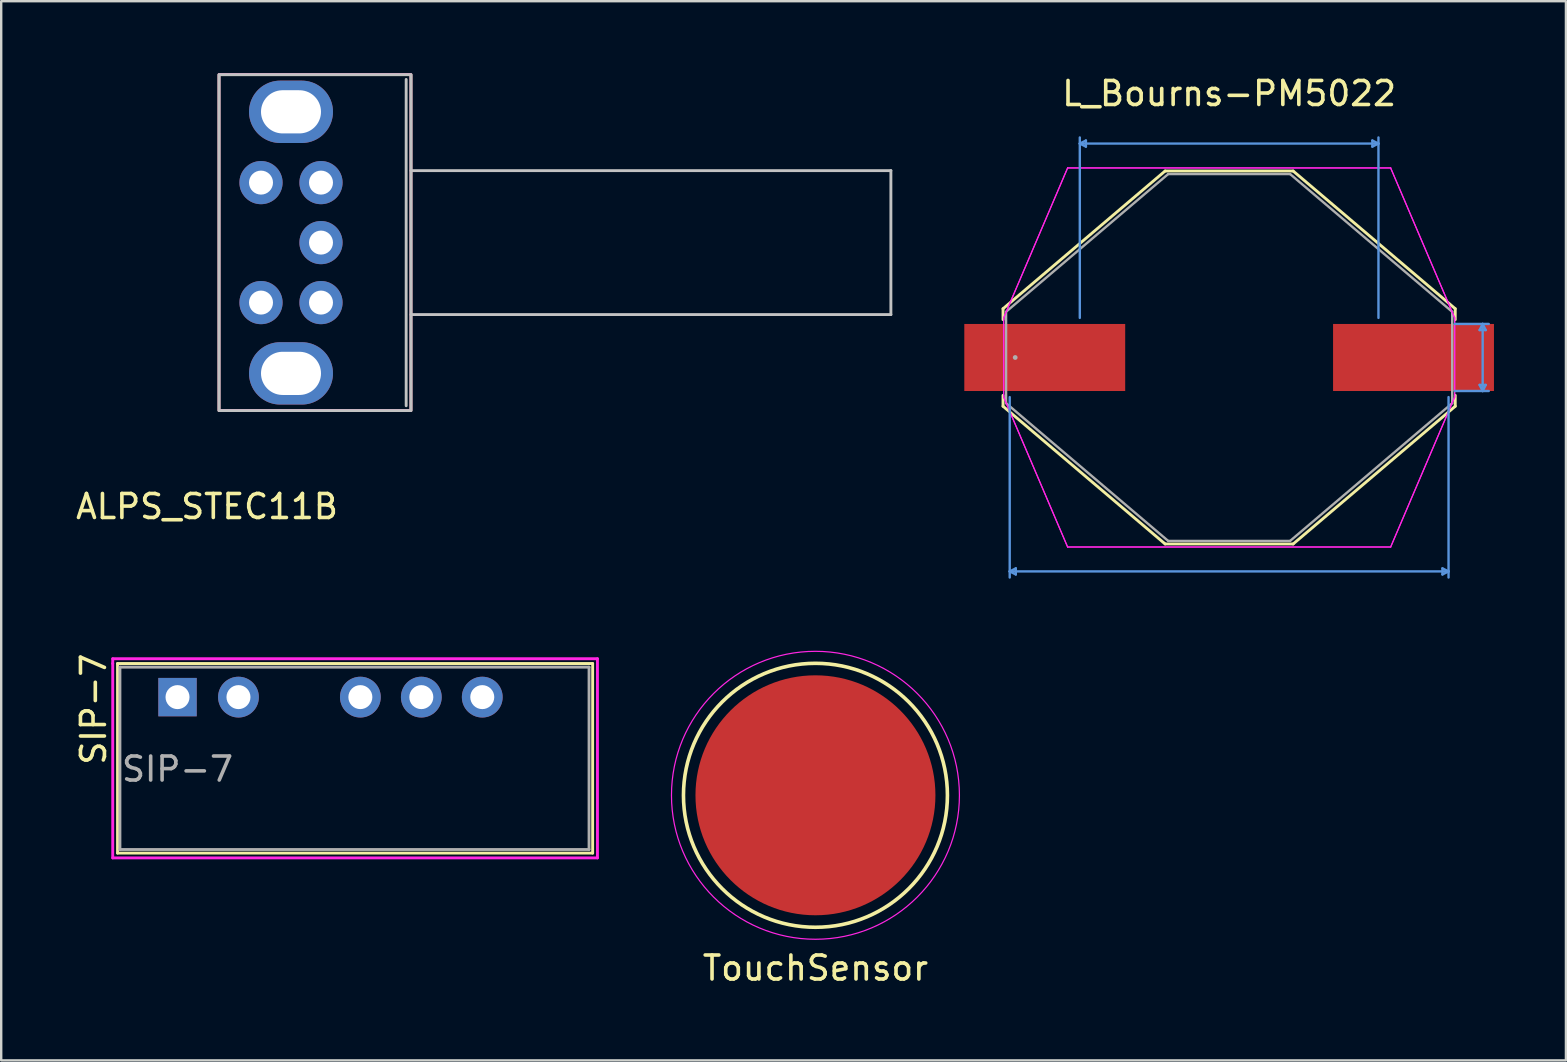
<source format=kicad_pcb>
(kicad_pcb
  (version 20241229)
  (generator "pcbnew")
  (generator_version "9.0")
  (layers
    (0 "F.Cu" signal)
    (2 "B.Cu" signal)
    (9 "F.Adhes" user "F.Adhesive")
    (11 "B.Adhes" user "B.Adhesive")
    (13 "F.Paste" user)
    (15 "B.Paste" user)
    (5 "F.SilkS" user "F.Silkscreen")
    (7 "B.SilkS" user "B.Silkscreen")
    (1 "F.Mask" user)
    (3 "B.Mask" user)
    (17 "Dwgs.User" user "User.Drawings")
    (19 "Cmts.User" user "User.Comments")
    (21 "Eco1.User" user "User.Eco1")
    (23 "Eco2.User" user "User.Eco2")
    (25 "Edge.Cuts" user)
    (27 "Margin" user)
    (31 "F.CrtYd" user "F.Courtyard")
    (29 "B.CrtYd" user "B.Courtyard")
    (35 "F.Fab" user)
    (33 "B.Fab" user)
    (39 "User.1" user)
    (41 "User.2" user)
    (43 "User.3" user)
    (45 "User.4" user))
  (footprint "SIP-7"
    (layer "F.Cu")
    (at 4.348 26.002)
    (property "Reference" "SIP-7" (at -3.5 0.5 270) (layer "F.SilkS") (effects (font (size 1 1) (thickness 0.15))))
    (attr through_hole)
    (fp_line (start -2.5 -1.4) (end 17.3 -1.4) (stroke (width 0.12) (type solid)) (layer "F.SilkS"))
    (fp_line (start -2.5 6.5) (end -2.5 -1.4) (stroke (width 0.12) (type solid)) (layer "F.SilkS"))
    (fp_line (start 17.3 -1.4) (end 17.3 6.5) (stroke (width 0.12) (type solid)) (layer "F.SilkS"))
    (fp_line (start 17.3 6.5) (end -2.5 6.5) (stroke (width 0.12) (type solid)) (layer "F.SilkS"))
    (fp_line (start -2.7 -1.6) (end 17.5 -1.6) (stroke (width 0.12) (type solid)) (layer "F.CrtYd"))
    (fp_line (start -2.7 -1.4) (end -2.7 -1.6) (stroke (width 0.12) (type solid)) (layer "F.CrtYd"))
    (fp_line (start -2.7 6.7) (end -2.7 -1.4) (stroke (width 0.12) (type solid)) (layer "F.CrtYd"))
    (fp_line (start 17.5 -1.6) (end 17.5 6.7) (stroke (width 0.12) (type solid)) (layer "F.CrtYd"))
    (fp_line (start 17.5 6.7) (end -2.7 6.7) (stroke (width 0.12) (type solid)) (layer "F.CrtYd"))
    (fp_line (start -2.4 -1.25) (end -2.4 6.35) (stroke (width 0.12) (type solid)) (layer "F.Fab"))
    (fp_line (start 17.15 -1.25) (end -2.4 -1.25) (stroke (width 0.12) (type solid)) (layer "F.Fab"))
    (fp_line (start 17.15 6.35) (end -2.4 6.35) (stroke (width 0.12) (type solid)) (layer "F.Fab"))
    (fp_line (start 17.15 6.35) (end 17.15 -1.25) (stroke (width 0.12) (type solid)) (layer "F.Fab"))
    (fp_text user "${REFERENCE}" (at 0 3 0) (layer "F.Fab") (effects (font (size 1 1) (thickness 0.15))))
    (pad "1" thru_hole rect (at 0 0) (size 1.6 1.6) (drill 1) (layers "*.Cu" "*.Mask"))
    (pad "2" thru_hole circle (at 2.54 0) (size 1.7 1.7) (drill 1) (layers "*.Cu" "*.Mask"))
    (pad "4" thru_hole circle (at 7.62 0) (size 1.7 1.7) (drill 1) (layers "*.Cu" "*.Mask"))
    (pad "5" thru_hole circle (at 10.16 0) (size 1.7 1.7) (drill 1) (layers "*.Cu" "*.Mask"))
    (pad "6" thru_hole circle (at 12.7 0) (size 1.7 1.7) (drill 1) (layers "*.Cu" "*.Mask")))
  (footprint "ALPS_STEC11B"
    (layer "F.Cu")
    (at 9.077 7.06)
    (property "Reference" "ALPS_STEC11B" (at -3.5 11 0) (unlocked yes) (layer "F.SilkS") (effects (font (size 1 1) (thickness 0.15))))
    (attr smd)
    (fp_rect (start -3 7) (end 5 -7) (stroke (width 0.12) (type solid)) (fill no) (layer "F.SilkS"))
    (fp_line (start 4.8 -6.8) (end 4.8 6.8) (stroke (width 0.12) (type solid)) (layer "Dwgs.User"))
    (fp_line (start 5 -3) (end 25 -3) (stroke (width 0.12) (type solid)) (layer "Dwgs.User"))
    (fp_line (start 5 3) (end 25 3) (stroke (width 0.12) (type solid)) (layer "Dwgs.User"))
    (fp_line (start 25 -3) (end 25 3) (stroke (width 0.12) (type solid)) (layer "Dwgs.User"))
    (fp_rect (start -3 -7) (end 5 7) (stroke (width 0.12) (type solid)) (fill no) (layer "Dwgs.User"))
    (fp_rect (start -3 -7) (end 5 7) (stroke (width 0.1) (type solid)) (fill no) (layer "F.CrtYd"))
    (pad "" np_thru_hole oval (at 0 -5.45) (size 3.5 2.6) (drill oval 2.5 1.8) (layers "*.Cu" "*.Mask"))
    (pad "" np_thru_hole oval (at 0 5.45) (size 3.5 2.6) (drill oval 2.5 1.8) (layers "*.Cu" "*.Mask"))
    (pad "1" thru_hole circle (at -1.25 -2.5) (size 1.8 1.8) (drill 1) (layers "*.Cu" "*.Mask"))
    (pad "2" thru_hole circle (at -1.25 2.5) (size 1.8 1.8) (drill 1) (layers "*.Cu" "*.Mask"))
    (pad "A" thru_hole circle (at 1.25 2.5) (size 1.8 1.8) (drill 1) (layers "*.Cu" "*.Mask"))
    (pad "B" thru_hole circle (at 1.25 -2.5) (size 1.8 1.8) (drill 1) (layers "*.Cu" "*.Mask"))
    (pad "C" thru_hole circle (at 1.25 0) (size 1.8 1.8) (drill 1) (layers "*.Cu" "*.Mask")))
  (footprint "L_Bourns-PM5022"
    (layer "F.Cu")
    (at 48.173 11.848)
    (property "Reference" "L_Bourns-PM5022" (at 0 -11 0) (layer "F.SilkS") (effects (font (size 1 1) (thickness 0.15))))
    (attr through_hole)
    (fp_line (start -9.423 -2.032) (end -2.667 -7.772) (stroke (width 0.12) (type solid)) (layer "F.SilkS"))
    (fp_line (start -9.423 -1.578) (end -9.423 -2.032) (stroke (width 0.12) (type solid)) (layer "F.SilkS"))
    (fp_line (start -9.423 2.032) (end -9.423 1.578) (stroke (width 0.12) (type solid)) (layer "F.SilkS"))
    (fp_line (start -2.667 -7.772) (end 2.667 -7.772) (stroke (width 0.12) (type solid)) (layer "F.SilkS"))
    (fp_line (start -2.667 7.772) (end -9.423 2.032) (stroke (width 0.12) (type solid)) (layer "F.SilkS"))
    (fp_line (start 2.667 -7.772) (end 9.423 -2.032) (stroke (width 0.12) (type solid)) (layer "F.SilkS"))
    (fp_line (start 2.667 7.772) (end -2.667 7.772) (stroke (width 0.12) (type solid)) (layer "F.SilkS"))
    (fp_line (start 9.423 -2.032) (end 9.423 -1.578) (stroke (width 0.12) (type solid)) (layer "F.SilkS"))
    (fp_line (start 9.423 1.578) (end 9.423 2.032) (stroke (width 0.12) (type solid)) (layer "F.SilkS"))
    (fp_line (start 9.423 2.032) (end 2.667 7.772) (stroke (width 0.12) (type solid)) (layer "F.SilkS"))
    (fp_line (start -9.144 1.651) (end -9.144 9.169) (stroke (width 0.1) (type solid)) (layer "Cmts.User"))
    (fp_line (start -9.144 8.915) (end -8.89 8.788) (stroke (width 0.1) (type solid)) (layer "Cmts.User"))
    (fp_line (start -9.144 8.915) (end 9.144 8.915) (stroke (width 0.1) (type solid)) (layer "Cmts.User"))
    (fp_line (start -8.89 8.788) (end -8.89 9.042) (stroke (width 0.1) (type solid)) (layer "Cmts.User"))
    (fp_line (start -8.89 9.042) (end -9.144 8.915) (stroke (width 0.1) (type solid)) (layer "Cmts.User"))
    (fp_line (start -6.223 -8.915) (end -5.969 -8.788) (stroke (width 0.1) (type solid)) (layer "Cmts.User"))
    (fp_line (start -6.223 -8.915) (end 6.223 -8.915) (stroke (width 0.1) (type solid)) (layer "Cmts.User"))
    (fp_line (start -6.223 -1.651) (end -6.223 -9.169) (stroke (width 0.1) (type solid)) (layer "Cmts.User"))
    (fp_line (start -5.969 -9.042) (end -6.223 -8.915) (stroke (width 0.1) (type solid)) (layer "Cmts.User"))
    (fp_line (start -5.969 -8.788) (end -5.969 -9.042) (stroke (width 0.1) (type solid)) (layer "Cmts.User"))
    (fp_line (start 5.969 -9.042) (end 6.223 -8.915) (stroke (width 0.1) (type solid)) (layer "Cmts.User"))
    (fp_line (start 5.969 -8.788) (end 5.969 -9.042) (stroke (width 0.1) (type solid)) (layer "Cmts.User"))
    (fp_line (start 6.223 -8.915) (end 5.969 -8.788) (stroke (width 0.1) (type solid)) (layer "Cmts.User"))
    (fp_line (start 6.223 -1.651) (end 6.223 -9.169) (stroke (width 0.1) (type solid)) (layer "Cmts.User"))
    (fp_line (start 8.89 8.788) (end 8.89 9.042) (stroke (width 0.1) (type solid)) (layer "Cmts.User"))
    (fp_line (start 8.89 9.042) (end 9.144 8.915) (stroke (width 0.1) (type solid)) (layer "Cmts.User"))
    (fp_line (start 9.144 1.651) (end 9.144 9.169) (stroke (width 0.1) (type solid)) (layer "Cmts.User"))
    (fp_line (start 9.144 8.915) (end 8.89 8.788) (stroke (width 0.1) (type solid)) (layer "Cmts.User"))
    (fp_line (start 9.398 -1.397) (end 10.82 -1.397) (stroke (width 0.1) (type solid)) (layer "Cmts.User"))
    (fp_line (start 9.398 1.397) (end 10.82 1.397) (stroke (width 0.1) (type solid)) (layer "Cmts.User"))
    (fp_line (start 10.439 -1.143) (end 10.693 -1.143) (stroke (width 0.1) (type solid)) (layer "Cmts.User"))
    (fp_line (start 10.439 1.143) (end 10.693 1.143) (stroke (width 0.1) (type solid)) (layer "Cmts.User"))
    (fp_line (start 10.566 -1.397) (end 10.439 -1.143) (stroke (width 0.1) (type solid)) (layer "Cmts.User"))
    (fp_line (start 10.566 -1.397) (end 10.566 1.397) (stroke (width 0.1) (type solid)) (layer "Cmts.User"))
    (fp_line (start 10.566 1.397) (end 10.439 1.143) (stroke (width 0.1) (type solid)) (layer "Cmts.User"))
    (fp_line (start 10.693 -1.143) (end 10.566 -1.397) (stroke (width 0.1) (type solid)) (layer "Cmts.User"))
    (fp_line (start 10.693 1.143) (end 10.566 1.397) (stroke (width 0.1) (type solid)) (layer "Cmts.User"))
    (fp_line (start -9.398 -1.651) (end -6.731 -7.899) (stroke (width 0.05) (type solid)) (layer "F.CrtYd"))
    (fp_line (start -9.398 -1.651) (end -6.731 -7.899) (stroke (width 0.05) (type solid)) (layer "F.CrtYd"))
    (fp_line (start -9.398 1.651) (end -9.398 -1.651) (stroke (width 0.05) (type solid)) (layer "F.CrtYd"))
    (fp_line (start -9.398 1.651) (end -9.398 -1.651) (stroke (width 0.05) (type solid)) (layer "F.CrtYd"))
    (fp_line (start -9.398 1.651) (end -9.398 1.651) (stroke (width 0.05) (type solid)) (layer "F.CrtYd"))
    (fp_line (start -6.731 -7.899) (end 6.731 -7.899) (stroke (width 0.05) (type solid)) (layer "F.CrtYd"))
    (fp_line (start -6.731 -7.899) (end 6.731 -7.899) (stroke (width 0.05) (type solid)) (layer "F.CrtYd"))
    (fp_line (start -6.731 7.899) (end -9.398 1.651) (stroke (width 0.05) (type solid)) (layer "F.CrtYd"))
    (fp_line (start -6.731 7.899) (end -9.398 1.651) (stroke (width 0.05) (type solid)) (layer "F.CrtYd"))
    (fp_line (start 6.731 -7.899) (end 9.398 -1.651) (stroke (width 0.05) (type solid)) (layer "F.CrtYd"))
    (fp_line (start 6.731 -7.899) (end 9.398 -1.651) (stroke (width 0.05) (type solid)) (layer "F.CrtYd"))
    (fp_line (start 6.731 7.899) (end -6.731 7.899) (stroke (width 0.05) (type solid)) (layer "F.CrtYd"))
    (fp_line (start 6.731 7.899) (end -6.731 7.899) (stroke (width 0.05) (type solid)) (layer "F.CrtYd"))
    (fp_line (start 9.398 -1.651) (end 9.398 1.651) (stroke (width 0.05) (type solid)) (layer "F.CrtYd"))
    (fp_line (start 9.398 -1.651) (end 9.398 1.651) (stroke (width 0.05) (type solid)) (layer "F.CrtYd"))
    (fp_line (start 9.398 1.651) (end 6.731 7.899) (stroke (width 0.05) (type solid)) (layer "F.CrtYd"))
    (fp_line (start 9.398 1.651) (end 6.731 7.899) (stroke (width 0.05) (type solid)) (layer "F.CrtYd"))
    (fp_line (start -9.296 -1.905) (end -2.54 -7.645) (stroke (width 0.1) (type solid)) (layer "F.Fab"))
    (fp_line (start -9.296 1.905) (end -9.296 -1.905) (stroke (width 0.1) (type solid)) (layer "F.Fab"))
    (fp_line (start -2.54 -7.645) (end 2.54 -7.645) (stroke (width 0.1) (type solid)) (layer "F.Fab"))
    (fp_line (start -2.54 7.645) (end -9.296 1.905) (stroke (width 0.1) (type solid)) (layer "F.Fab"))
    (fp_line (start 2.54 -7.645) (end 9.296 -1.905) (stroke (width 0.1) (type solid)) (layer "F.Fab"))
    (fp_line (start 2.54 7.645) (end -2.54 7.645) (stroke (width 0.1) (type solid)) (layer "F.Fab"))
    (fp_line (start 9.296 -1.905) (end 9.296 1.905) (stroke (width 0.1) (type solid)) (layer "F.Fab"))
    (fp_line (start 9.296 1.905) (end 2.54 7.645) (stroke (width 0.1) (type solid)) (layer "F.Fab"))
    (fp_circle (center -8.915 0) (end -8.915 0) (stroke (width 0.1) (type solid)) (fill no) (layer "F.Fab"))
    (fp_text user "Copyright 2021 Accelerated Designs. All rights reserved." (at 0 0 0) (layer "Cmts.User") (effects (font (size 0.127 0.127) (thickness 0.002))))
    (pad "1" smd rect (at -7.684 0) (size 6.705 2.794) (layers "F.Cu" "F.Mask" "F.Paste"))
    (pad "2" smd rect (at 7.684 0) (size 6.705 2.794) (layers "F.Cu" "F.Mask" "F.Paste")))
  (footprint "TouchSensor"
    (layer "F.Cu")
    (at 30.933 30.093)
    (property "Reference" "TouchSensor" (at 0 7.2 0) (unlocked yes) (layer "F.SilkS") (effects (font (size 1 1) (thickness 0.15))))
    (attr smd)
    (fp_circle (center 0 0) (end 5.5 0) (stroke (width 0.15) (type solid)) (fill no) (layer "F.SilkS"))
    (fp_circle (center 0 0) (end 6 0) (stroke (width 0.05) (type solid)) (fill no) (layer "F.CrtYd"))
    (pad "1" smd circle (at 0 0) (size 10 10) (layers "F.Cu" "F.Mask" "F.Paste")))
  (gr_rect
    (start -3 -3)
    (end 62.209 41.141)
    (stroke (width 0.1) (type default))
    (fill no)
    (layer "Edge.Cuts")))
</source>
